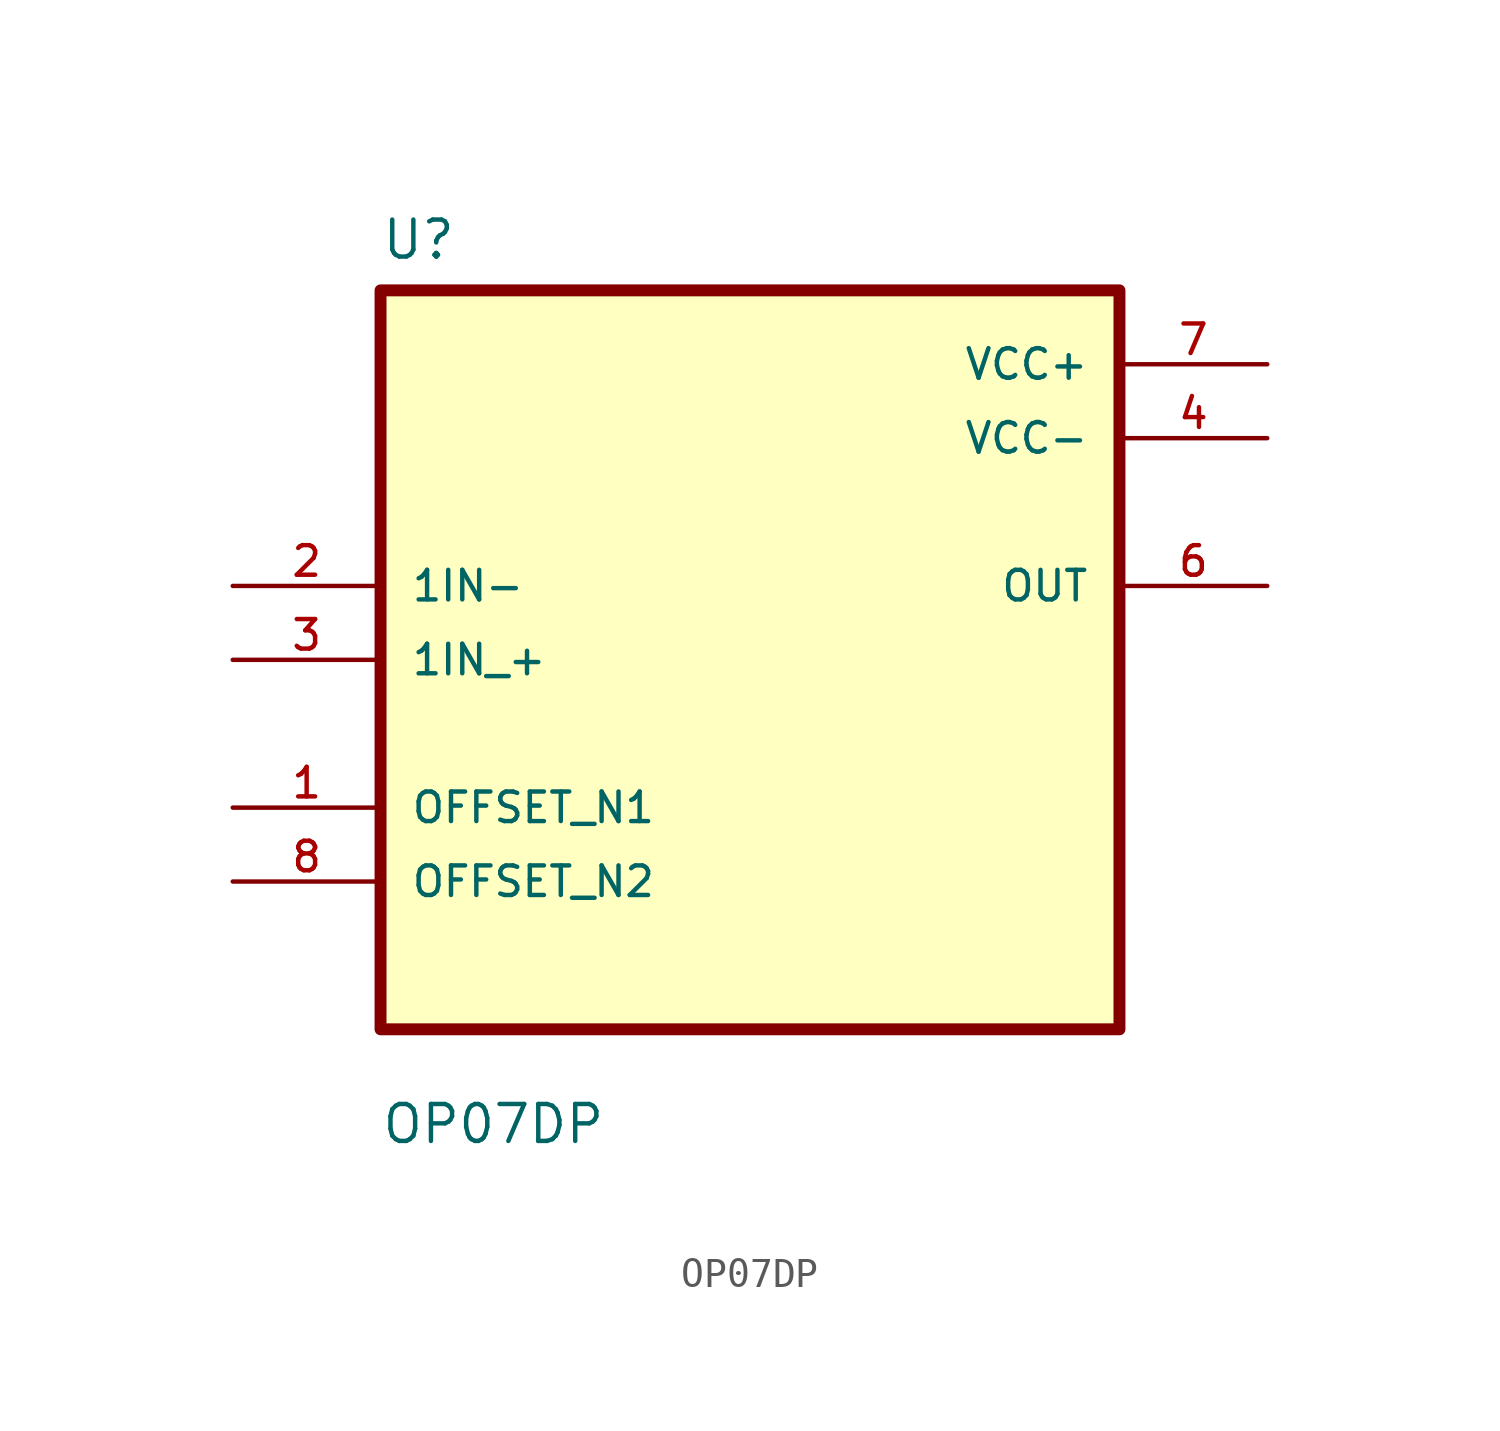
<source format=kicad_sym>
(kicad_symbol_lib
  (version 20211014)
  (generator kicad_symbol_editor)
  (symbol "OP07DP"
    (pin_names
      (offset 1.016))
    (property "Reference" "U"
      (at -12.7 13.7 0.0)
      (effects (font (size 1.27 1.27)) (justify bottom left)))
    (property "Value" "OP07DP"
      (at -12.7 -16.7 0.0)
      (effects (font (size 1.27 1.27)) (justify bottom left)))
    (symbol "OP07DP_0_0"
      (rectangle (start -12.7 -12.7) (end 12.7 12.7) (stroke (width 0.41)) (fill (type background)))
      (pin input line (at -17.78 2.54 0) (length 5.08) (name "1IN-" (effects (font (size 1.016 1.016)))) (number "2" (effects (font (size 1.016 1.016)))))
      (pin input line (at -17.78 -8.88178e-16 0) (length 5.08) (name "1IN_+" (effects (font (size 1.016 1.016)))) (number "3" (effects (font (size 1.016 1.016)))))
      (pin bidirectional line (at -17.78 -5.08 0) (length 5.08) (name "OFFSET_N1" (effects (font (size 1.016 1.016)))) (number "1" (effects (font (size 1.016 1.016)))))
      (pin bidirectional line (at -17.78 -7.62 0) (length 5.08) (name "OFFSET_N2" (effects (font (size 1.016 1.016)))) (number "8" (effects (font (size 1.016 1.016)))))
      (pin power_in line (at 17.78 10.16 180.0) (length 5.08) (name "VCC+" (effects (font (size 1.016 1.016)))) (number "7" (effects (font (size 1.016 1.016)))))
      (pin power_in line (at 17.78 7.62 180.0) (length 5.08) (name "VCC-" (effects (font (size 1.016 1.016)))) (number "4" (effects (font (size 1.016 1.016)))))
      (pin output line (at 17.78 2.54 180.0) (length 5.08) (name "OUT" (effects (font (size 1.016 1.016)))) (number "6" (effects (font (size 1.016 1.016))))))))
</source>
